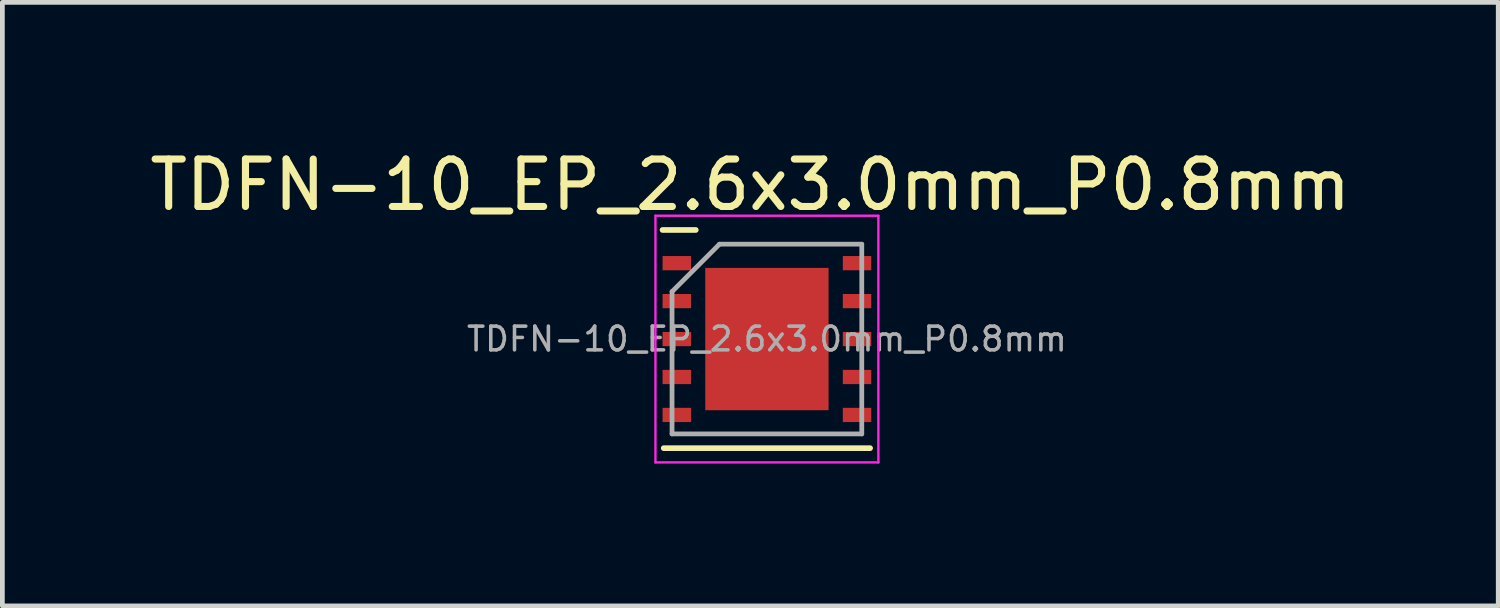
<source format=kicad_pcb>
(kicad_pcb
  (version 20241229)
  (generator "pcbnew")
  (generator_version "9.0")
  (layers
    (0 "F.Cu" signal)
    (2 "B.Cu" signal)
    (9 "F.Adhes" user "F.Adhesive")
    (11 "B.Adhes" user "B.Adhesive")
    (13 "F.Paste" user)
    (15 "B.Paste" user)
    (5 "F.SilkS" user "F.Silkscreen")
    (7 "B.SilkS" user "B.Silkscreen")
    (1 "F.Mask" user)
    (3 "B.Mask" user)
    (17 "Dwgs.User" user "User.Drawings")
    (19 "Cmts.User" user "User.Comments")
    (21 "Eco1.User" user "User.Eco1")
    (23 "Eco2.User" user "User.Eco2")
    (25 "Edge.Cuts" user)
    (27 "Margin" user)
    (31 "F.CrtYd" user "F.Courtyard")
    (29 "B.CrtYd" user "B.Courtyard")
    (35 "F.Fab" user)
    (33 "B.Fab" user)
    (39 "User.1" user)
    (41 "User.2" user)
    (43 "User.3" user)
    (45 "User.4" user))
  (footprint "TDFN-10_EP_2.6x3.0mm_P0.8mm"
    (layer "F.Cu")
    (at 13.118 4.098)
    (property "Reference" "TDFN-10_EP_2.6x3.0mm_P0.8mm" (at -0.35 -3.25 0) (layer "F.SilkS") (effects (font (size 1 1) (thickness 0.15))))
    (attr smd)
    (fp_line (start -2.2 -2.3) (end -1.5 -2.3) (stroke (width 0.12) (type solid)) (layer "F.SilkS"))
    (fp_line (start -2.175 2.3) (end 2.175 2.3) (stroke (width 0.12) (type solid)) (layer "F.SilkS"))
    (fp_line (start -2.35 -2.6) (end -2.35 0) (stroke (width 0.05) (type solid)) (layer "F.CrtYd"))
    (fp_line (start -2.35 0) (end -2.35 2.6) (stroke (width 0.05) (type solid)) (layer "F.CrtYd"))
    (fp_line (start -2.35 2.6) (end 2.35 2.6) (stroke (width 0.05) (type solid)) (layer "F.CrtYd"))
    (fp_line (start 2.35 -2.6) (end -2.35 -2.6) (stroke (width 0.05) (type solid)) (layer "F.CrtYd"))
    (fp_line (start 2.35 0) (end 2.35 -2.6) (stroke (width 0.05) (type solid)) (layer "F.CrtYd"))
    (fp_line (start 2.35 2.6) (end 2.35 0) (stroke (width 0.05) (type solid)) (layer "F.CrtYd"))
    (fp_line (start -2 -1) (end -1 -2) (stroke (width 0.1) (type solid)) (layer "F.Fab"))
    (fp_line (start -2 2) (end -2 -1) (stroke (width 0.1) (type solid)) (layer "F.Fab"))
    (fp_line (start -1 -2) (end 2 -2) (stroke (width 0.1) (type solid)) (layer "F.Fab"))
    (fp_line (start 2 -2) (end 2 2) (stroke (width 0.1) (type solid)) (layer "F.Fab"))
    (fp_line (start 2 2) (end -2 2) (stroke (width 0.1) (type solid)) (layer "F.Fab"))
    (fp_text user "${REFERENCE}" (at 0 0 0) (layer "F.Fab") (effects (font (size 0.5 0.5) (thickness 0.075))))
    (pad "1" smd rect (at -1.9 -1.6) (size 0.6 0.3) (layers "F.Cu" "F.Mask" "F.Paste"))
    (pad "2" smd rect (at -1.9 -0.8) (size 0.6 0.3) (layers "F.Cu" "F.Mask" "F.Paste"))
    (pad "3" smd rect (at -1.9 0) (size 0.6 0.3) (layers "F.Cu" "F.Mask" "F.Paste"))
    (pad "4" smd rect (at -1.9 0.8) (size 0.6 0.3) (layers "F.Cu" "F.Mask" "F.Paste"))
    (pad "5" smd rect (at -1.9 1.6) (size 0.6 0.3) (layers "F.Cu" "F.Mask" "F.Paste"))
    (pad "6" smd rect (at 1.9 1.6) (size 0.6 0.3) (layers "F.Cu" "F.Mask" "F.Paste"))
    (pad "7" smd rect (at 1.9 0.8) (size 0.6 0.3) (layers "F.Cu" "F.Mask" "F.Paste"))
    (pad "8" smd rect (at 1.9 0) (size 0.6 0.3) (layers "F.Cu" "F.Mask" "F.Paste"))
    (pad "9" smd rect (at 1.9 -0.8) (size 0.6 0.3) (layers "F.Cu" "F.Mask" "F.Paste"))
    (pad "10" smd rect (at 1.9 -1.6) (size 0.6 0.3) (layers "F.Cu" "F.Mask" "F.Paste"))
    (pad "EP" smd rect (at 0 0) (size 2.6 3) (layers "F.Cu" "F.Mask" "F.Paste")))
  (gr_rect
    (start -3 -3)
    (end 28.536 9.723)
    (stroke (width 0.1) (type default))
    (fill no)
    (layer "Edge.Cuts")))
</source>
